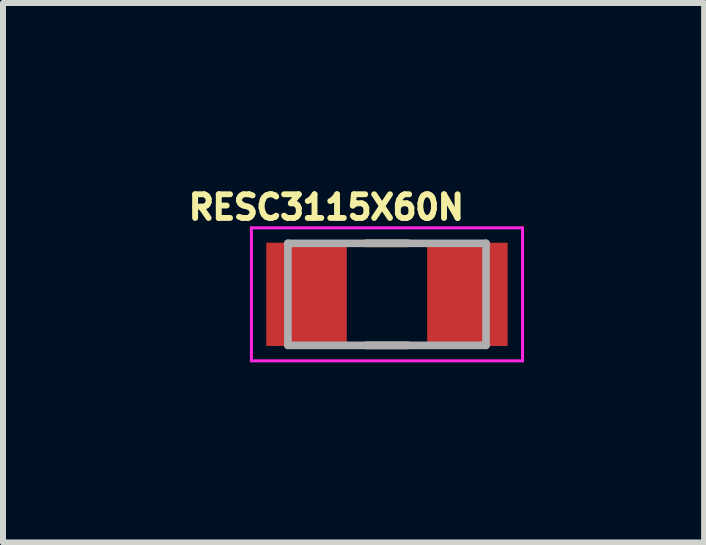
<source format=kicad_pcb>
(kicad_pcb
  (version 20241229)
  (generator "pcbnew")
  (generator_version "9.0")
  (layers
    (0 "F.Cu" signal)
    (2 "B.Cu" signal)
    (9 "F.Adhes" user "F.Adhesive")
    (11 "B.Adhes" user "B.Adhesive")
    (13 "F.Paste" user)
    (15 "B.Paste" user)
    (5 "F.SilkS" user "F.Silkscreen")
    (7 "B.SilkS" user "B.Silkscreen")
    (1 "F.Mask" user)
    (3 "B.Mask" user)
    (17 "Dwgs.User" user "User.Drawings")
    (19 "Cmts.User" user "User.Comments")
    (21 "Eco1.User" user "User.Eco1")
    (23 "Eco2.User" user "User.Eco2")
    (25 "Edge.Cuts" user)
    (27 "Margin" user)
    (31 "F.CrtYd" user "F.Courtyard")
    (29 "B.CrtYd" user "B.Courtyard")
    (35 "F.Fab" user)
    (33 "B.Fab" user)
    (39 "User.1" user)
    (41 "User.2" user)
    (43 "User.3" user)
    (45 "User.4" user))
  (footprint "RESC3115X60N"
    (layer "F.Cu")
    (at 3.396 1.853)
    (property "Reference" "RESC3115X60N" (at -1.01 -1.45 0) (layer "F.SilkS") (effects (font (size 0.394 0.394) (thickness 0.15))))
    (attr through_hole)
    (fp_line (start -0.35 -0.85) (end 0.35 -0.85) (stroke (width 0.127) (type solid)) (layer "F.SilkS"))
    (fp_line (start -0.35 0.85) (end 0.35 0.85) (stroke (width 0.127) (type solid)) (layer "F.SilkS"))
    (fp_line (start -2.258 -1.108) (end 2.258 -1.108) (stroke (width 0.05) (type solid)) (layer "F.CrtYd"))
    (fp_line (start -2.258 1.108) (end -2.258 -1.108) (stroke (width 0.05) (type solid)) (layer "F.CrtYd"))
    (fp_line (start -2.258 1.108) (end 2.258 1.108) (stroke (width 0.05) (type solid)) (layer "F.CrtYd"))
    (fp_line (start 2.258 1.108) (end 2.258 -1.108) (stroke (width 0.05) (type solid)) (layer "F.CrtYd"))
    (fp_line (start -1.65 0.85) (end -1.65 -0.85) (stroke (width 0.127) (type solid)) (layer "F.Fab"))
    (fp_line (start 1.65 -0.85) (end -1.65 -0.85) (stroke (width 0.127) (type solid)) (layer "F.Fab"))
    (fp_line (start 1.65 0.85) (end -1.65 0.85) (stroke (width 0.127) (type solid)) (layer "F.Fab"))
    (fp_line (start 1.65 0.85) (end 1.65 -0.85) (stroke (width 0.127) (type solid)) (layer "F.Fab"))
    (pad "1" smd rect (at -1.34 0) (size 1.34 1.72) (layers "F.Cu" "F.Mask" "F.Paste"))
    (pad "2" smd rect (at 1.34 0) (size 1.34 1.72) (layers "F.Cu" "F.Mask" "F.Paste")))
  (gr_rect
    (start -3 -3)
    (end 8.679 5.986)
    (stroke (width 0.1) (type default))
    (fill no)
    (layer "Edge.Cuts")))
</source>
